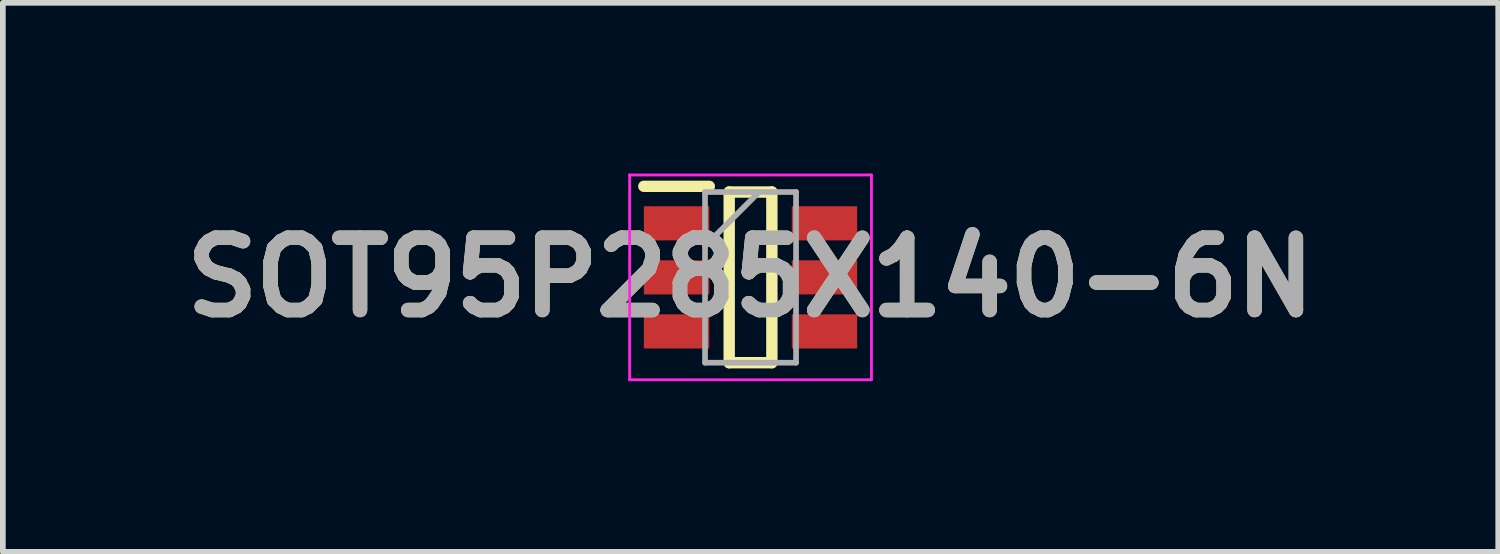
<source format=kicad_pcb>
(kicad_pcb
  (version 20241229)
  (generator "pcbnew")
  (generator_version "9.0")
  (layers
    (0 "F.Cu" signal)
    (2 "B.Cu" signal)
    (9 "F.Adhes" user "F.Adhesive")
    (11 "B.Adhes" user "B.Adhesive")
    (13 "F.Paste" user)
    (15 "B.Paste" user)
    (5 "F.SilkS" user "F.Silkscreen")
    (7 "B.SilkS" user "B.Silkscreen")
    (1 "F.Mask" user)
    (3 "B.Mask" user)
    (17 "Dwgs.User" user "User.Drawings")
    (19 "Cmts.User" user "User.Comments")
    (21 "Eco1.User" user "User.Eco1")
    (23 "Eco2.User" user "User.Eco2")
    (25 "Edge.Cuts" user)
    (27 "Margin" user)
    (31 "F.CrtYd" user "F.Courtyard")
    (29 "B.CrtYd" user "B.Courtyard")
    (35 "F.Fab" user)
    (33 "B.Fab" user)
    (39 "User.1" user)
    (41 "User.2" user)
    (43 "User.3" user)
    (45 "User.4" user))
  (footprint "SOT95P285X140-6N"
    (layer "F.Cu")
    (at 10.142 1.825)
    (property "Reference" "SOT95P285X140-6N" (at 0 0 0) (layer "F.SilkS") (effects (font (size 1.27 1.27) (thickness 0.254))))
    (attr smd)
    (fp_line (start -1.875 -1.6) (end -0.725 -1.6) (stroke (width 0.2) (type solid)) (layer "F.SilkS"))
    (fp_line (start -0.375 -1.5) (end 0.375 -1.5) (stroke (width 0.2) (type solid)) (layer "F.SilkS"))
    (fp_line (start -0.375 1.5) (end -0.375 -1.5) (stroke (width 0.2) (type solid)) (layer "F.SilkS"))
    (fp_line (start 0.375 -1.5) (end 0.375 1.5) (stroke (width 0.2) (type solid)) (layer "F.SilkS"))
    (fp_line (start 0.375 1.5) (end -0.375 1.5) (stroke (width 0.2) (type solid)) (layer "F.SilkS"))
    (fp_line (start -2.125 -1.8) (end 2.125 -1.8) (stroke (width 0.05) (type solid)) (layer "F.CrtYd"))
    (fp_line (start -2.125 1.8) (end -2.125 -1.8) (stroke (width 0.05) (type solid)) (layer "F.CrtYd"))
    (fp_line (start 2.125 -1.8) (end 2.125 1.8) (stroke (width 0.05) (type solid)) (layer "F.CrtYd"))
    (fp_line (start 2.125 1.8) (end -2.125 1.8) (stroke (width 0.05) (type solid)) (layer "F.CrtYd"))
    (fp_line (start -0.8 -1.5) (end 0.8 -1.5) (stroke (width 0.1) (type solid)) (layer "F.Fab"))
    (fp_line (start -0.8 -0.55) (end 0.15 -1.5) (stroke (width 0.1) (type solid)) (layer "F.Fab"))
    (fp_line (start -0.8 1.5) (end -0.8 -1.5) (stroke (width 0.1) (type solid)) (layer "F.Fab"))
    (fp_line (start 0.8 -1.5) (end 0.8 1.5) (stroke (width 0.1) (type solid)) (layer "F.Fab"))
    (fp_line (start 0.8 1.5) (end -0.8 1.5) (stroke (width 0.1) (type solid)) (layer "F.Fab"))
    (fp_text user "${REFERENCE}" (at 0 0 0) (layer "F.Fab") (effects (font (size 1.27 1.27) (thickness 0.254))))
    (pad "1" smd rect (at -1.3 -0.95 90) (size 0.6 1.15) (layers "F.Cu" "F.Mask" "F.Paste"))
    (pad "2" smd rect (at -1.3 0 90) (size 0.6 1.15) (layers "F.Cu" "F.Mask" "F.Paste"))
    (pad "3" smd rect (at -1.3 0.95 90) (size 0.6 1.15) (layers "F.Cu" "F.Mask" "F.Paste"))
    (pad "4" smd rect (at 1.3 0.95 90) (size 0.6 1.15) (layers "F.Cu" "F.Mask" "F.Paste"))
    (pad "5" smd rect (at 1.3 0 90) (size 0.6 1.15) (layers "F.Cu" "F.Mask" "F.Paste"))
    (pad "6" smd rect (at 1.3 -0.95 90) (size 0.6 1.15) (layers "F.Cu" "F.Mask" "F.Paste")))
  (gr_rect
    (start -3 -3)
    (end 23.284 6.65)
    (stroke (width 0.1) (type default))
    (fill no)
    (layer "Edge.Cuts")))
</source>
